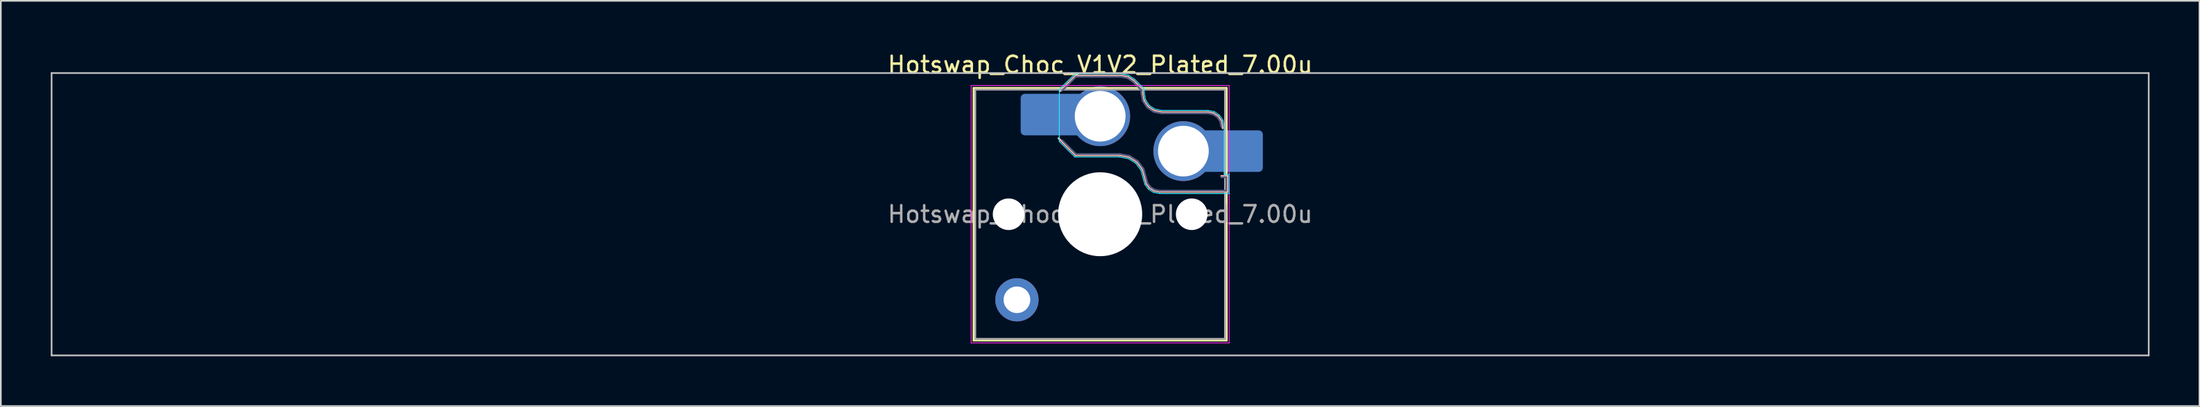
<source format=kicad_pcb>
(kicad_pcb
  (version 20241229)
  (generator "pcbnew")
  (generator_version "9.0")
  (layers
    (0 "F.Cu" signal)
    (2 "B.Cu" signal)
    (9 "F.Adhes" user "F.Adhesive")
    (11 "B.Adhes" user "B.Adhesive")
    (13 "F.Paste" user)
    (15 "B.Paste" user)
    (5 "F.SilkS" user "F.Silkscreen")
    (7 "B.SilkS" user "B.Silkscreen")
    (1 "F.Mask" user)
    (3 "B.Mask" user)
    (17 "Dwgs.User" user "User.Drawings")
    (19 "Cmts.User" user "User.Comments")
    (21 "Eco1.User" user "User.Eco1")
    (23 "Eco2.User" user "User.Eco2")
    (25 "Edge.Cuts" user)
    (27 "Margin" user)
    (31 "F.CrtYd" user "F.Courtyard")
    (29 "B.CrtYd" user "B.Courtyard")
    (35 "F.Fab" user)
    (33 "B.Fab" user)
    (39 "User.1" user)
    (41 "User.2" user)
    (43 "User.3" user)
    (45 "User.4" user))
  (footprint "Hotswap_Choc_V1V2_Plated_7.00u"
    (layer "F.Cu")
    (at 63.05 9.848)
    (property "Reference" "Hotswap_Choc_V1V2_Plated_7.00u" (at 0 -9 0) (layer "F.SilkS") (effects (font (size 1 1) (thickness 0.15))))
    (attr smd allow_soldermask_bridges)
    (fp_line (start -7.6 -7.6) (end -7.6 7.6) (stroke (width 0.12) (type solid)) (layer "F.SilkS"))
    (fp_line (start -7.6 7.6) (end 7.6 7.6) (stroke (width 0.12) (type solid)) (layer "F.SilkS"))
    (fp_line (start 7.6 -7.6) (end -7.6 -7.6) (stroke (width 0.12) (type solid)) (layer "F.SilkS"))
    (fp_line (start 7.6 7.6) (end 7.6 -7.6) (stroke (width 0.12) (type solid)) (layer "F.SilkS"))
    (fp_line (start -2.416 -7.409) (end -1.479 -8.346) (stroke (width 0.12) (type solid)) (layer "B.SilkS"))
    (fp_line (start -1.479 -8.346) (end 1.268 -8.346) (stroke (width 0.12) (type solid)) (layer "B.SilkS"))
    (fp_line (start -1.479 -3.554) (end -2.5 -4.575) (stroke (width 0.12) (type solid)) (layer "B.SilkS"))
    (fp_line (start 1.168 -3.554) (end -1.479 -3.554) (stroke (width 0.12) (type solid)) (layer "B.SilkS"))
    (fp_line (start 1.268 -8.346) (end 1.671 -8.266) (stroke (width 0.12) (type solid)) (layer "B.SilkS"))
    (fp_line (start 1.671 -8.266) (end 2.013 -8.037) (stroke (width 0.12) (type solid)) (layer "B.SilkS"))
    (fp_line (start 1.73 -3.449) (end 1.168 -3.554) (stroke (width 0.12) (type solid)) (layer "B.SilkS"))
    (fp_line (start 2.013 -8.037) (end 2.546 -7.504) (stroke (width 0.12) (type solid)) (layer "B.SilkS"))
    (fp_line (start 2.209 -3.15) (end 1.73 -3.449) (stroke (width 0.12) (type solid)) (layer "B.SilkS"))
    (fp_line (start 2.546 -7.504) (end 2.546 -7.282) (stroke (width 0.12) (type solid)) (layer "B.SilkS"))
    (fp_line (start 2.546 -7.282) (end 2.633 -6.844) (stroke (width 0.12) (type solid)) (layer "B.SilkS"))
    (fp_line (start 2.547 -2.697) (end 2.209 -3.15) (stroke (width 0.12) (type solid)) (layer "B.SilkS"))
    (fp_line (start 2.633 -6.844) (end 2.877 -6.477) (stroke (width 0.12) (type solid)) (layer "B.SilkS"))
    (fp_line (start 2.701 -2.139) (end 2.547 -2.697) (stroke (width 0.12) (type solid)) (layer "B.SilkS"))
    (fp_line (start 2.783 -1.841) (end 2.701 -2.139) (stroke (width 0.12) (type solid)) (layer "B.SilkS"))
    (fp_line (start 2.877 -6.477) (end 3.244 -6.233) (stroke (width 0.12) (type solid)) (layer "B.SilkS"))
    (fp_line (start 2.976 -1.583) (end 2.783 -1.841) (stroke (width 0.12) (type solid)) (layer "B.SilkS"))
    (fp_line (start 3.244 -6.233) (end 3.682 -6.146) (stroke (width 0.12) (type solid)) (layer "B.SilkS"))
    (fp_line (start 3.25 -1.413) (end 2.976 -1.583) (stroke (width 0.12) (type solid)) (layer "B.SilkS"))
    (fp_line (start 3.56 -1.354) (end 3.25 -1.413) (stroke (width 0.12) (type solid)) (layer "B.SilkS"))
    (fp_line (start 3.682 -6.146) (end 6.482 -6.146) (stroke (width 0.12) (type solid)) (layer "B.SilkS"))
    (fp_line (start 6.482 -6.146) (end 6.809 -6.081) (stroke (width 0.12) (type solid)) (layer "B.SilkS"))
    (fp_line (start 6.809 -6.081) (end 7.092 -5.892) (stroke (width 0.12) (type solid)) (layer "B.SilkS"))
    (fp_line (start 7.092 -5.892) (end 7.281 -5.609) (stroke (width 0.12) (type solid)) (layer "B.SilkS"))
    (fp_line (start 7.281 -5.609) (end 7.366 -5.182) (stroke (width 0.12) (type solid)) (layer "B.SilkS"))
    (fp_line (start 7.283 -2.296) (end 7.646 -2.296) (stroke (width 0.12) (type solid)) (layer "B.SilkS"))
    (fp_line (start 7.646 -2.296) (end 7.646 -1.354) (stroke (width 0.12) (type solid)) (layer "B.SilkS"))
    (fp_line (start 7.646 -1.354) (end 3.56 -1.354) (stroke (width 0.12) (type solid)) (layer "B.SilkS"))
    (fp_line (start -63 -8.5) (end -63 8.5) (stroke (width 0.1) (type solid)) (layer "Dwgs.User"))
    (fp_line (start -63 8.5) (end 63 8.5) (stroke (width 0.1) (type solid)) (layer "Dwgs.User"))
    (fp_line (start 63 -8.5) (end -63 -8.5) (stroke (width 0.1) (type solid)) (layer "Dwgs.User"))
    (fp_line (start 63 8.5) (end 63 -8.5) (stroke (width 0.1) (type solid)) (layer "Dwgs.User"))
    (fp_line (start -7.25 -7.25) (end -7.25 7.25) (stroke (width 0.1) (type solid)) (layer "Eco1.User"))
    (fp_line (start -7.25 7.25) (end 7.25 7.25) (stroke (width 0.1) (type solid)) (layer "Eco1.User"))
    (fp_line (start 7.25 -7.25) (end -7.25 -7.25) (stroke (width 0.1) (type solid)) (layer "Eco1.User"))
    (fp_line (start 7.25 7.25) (end 7.25 -7.25) (stroke (width 0.1) (type solid)) (layer "Eco1.User"))
    (fp_line (start -2.452 -7.523) (end -1.523 -8.452) (stroke (width 0.05) (type solid)) (layer "B.CrtYd"))
    (fp_line (start -2.452 -4.377) (end -2.452 -7.523) (stroke (width 0.05) (type solid)) (layer "B.CrtYd"))
    (fp_line (start -1.523 -8.452) (end 1.278 -8.452) (stroke (width 0.05) (type solid)) (layer "B.CrtYd"))
    (fp_line (start -1.523 -3.448) (end -2.452 -4.377) (stroke (width 0.05) (type solid)) (layer "B.CrtYd"))
    (fp_line (start 1.159 -3.448) (end -1.523 -3.448) (stroke (width 0.05) (type solid)) (layer "B.CrtYd"))
    (fp_line (start 1.278 -8.452) (end 1.712 -8.366) (stroke (width 0.05) (type solid)) (layer "B.CrtYd"))
    (fp_line (start 1.691 -3.348) (end 1.159 -3.448) (stroke (width 0.05) (type solid)) (layer "B.CrtYd"))
    (fp_line (start 1.712 -8.366) (end 2.081 -8.119) (stroke (width 0.05) (type solid)) (layer "B.CrtYd"))
    (fp_line (start 2.081 -8.119) (end 2.652 -7.548) (stroke (width 0.05) (type solid)) (layer "B.CrtYd"))
    (fp_line (start 2.136 -3.071) (end 1.691 -3.348) (stroke (width 0.05) (type solid)) (layer "B.CrtYd"))
    (fp_line (start 2.45 -2.65) (end 2.136 -3.071) (stroke (width 0.05) (type solid)) (layer "B.CrtYd"))
    (fp_line (start 2.599 -2.111) (end 2.45 -2.65) (stroke (width 0.05) (type solid)) (layer "B.CrtYd"))
    (fp_line (start 2.652 -7.548) (end 2.652 -7.292) (stroke (width 0.05) (type solid)) (layer "B.CrtYd"))
    (fp_line (start 2.652 -7.292) (end 2.733 -6.885) (stroke (width 0.05) (type solid)) (layer "B.CrtYd"))
    (fp_line (start 2.687 -1.794) (end 2.599 -2.111) (stroke (width 0.05) (type solid)) (layer "B.CrtYd"))
    (fp_line (start 2.733 -6.885) (end 2.953 -6.553) (stroke (width 0.05) (type solid)) (layer "B.CrtYd"))
    (fp_line (start 2.903 -1.503) (end 2.687 -1.794) (stroke (width 0.05) (type solid)) (layer "B.CrtYd"))
    (fp_line (start 2.953 -6.553) (end 3.285 -6.333) (stroke (width 0.05) (type solid)) (layer "B.CrtYd"))
    (fp_line (start 3.211 -1.312) (end 2.903 -1.503) (stroke (width 0.05) (type solid)) (layer "B.CrtYd"))
    (fp_line (start 3.285 -6.333) (end 3.692 -6.252) (stroke (width 0.05) (type solid)) (layer "B.CrtYd"))
    (fp_line (start 3.55 -1.248) (end 3.211 -1.312) (stroke (width 0.05) (type solid)) (layer "B.CrtYd"))
    (fp_line (start 3.692 -6.252) (end 6.492 -6.252) (stroke (width 0.05) (type solid)) (layer "B.CrtYd"))
    (fp_line (start 6.492 -6.252) (end 6.85 -6.181) (stroke (width 0.05) (type solid)) (layer "B.CrtYd"))
    (fp_line (start 6.85 -6.181) (end 7.168 -5.968) (stroke (width 0.05) (type solid)) (layer "B.CrtYd"))
    (fp_line (start 7.168 -5.968) (end 7.381 -5.65) (stroke (width 0.05) (type solid)) (layer "B.CrtYd"))
    (fp_line (start 7.381 -5.65) (end 7.452 -5.292) (stroke (width 0.05) (type solid)) (layer "B.CrtYd"))
    (fp_line (start 7.452 -5.292) (end 7.452 -2.402) (stroke (width 0.05) (type solid)) (layer "B.CrtYd"))
    (fp_line (start 7.452 -2.402) (end 7.752 -2.402) (stroke (width 0.05) (type solid)) (layer "B.CrtYd"))
    (fp_line (start 7.752 -2.402) (end 7.752 -1.248) (stroke (width 0.05) (type solid)) (layer "B.CrtYd"))
    (fp_line (start 7.752 -1.248) (end 3.55 -1.248) (stroke (width 0.05) (type solid)) (layer "B.CrtYd"))
    (fp_line (start -7.75 -7.75) (end -7.75 7.75) (stroke (width 0.05) (type solid)) (layer "F.CrtYd"))
    (fp_line (start -7.75 7.75) (end 7.75 7.75) (stroke (width 0.05) (type solid)) (layer "F.CrtYd"))
    (fp_line (start 7.75 -7.75) (end -7.75 -7.75) (stroke (width 0.05) (type solid)) (layer "F.CrtYd"))
    (fp_line (start 7.75 7.75) (end 7.75 -7.75) (stroke (width 0.05) (type solid)) (layer "F.CrtYd"))
    (fp_line (start -2.275 -7.45) (end -1.45 -8.275) (stroke (width 0.1) (type solid)) (layer "B.Fab"))
    (fp_line (start -1.45 -8.275) (end 1.261 -8.275) (stroke (width 0.1) (type solid)) (layer "B.Fab"))
    (fp_line (start -1.45 -3.625) (end -2.275 -4.45) (stroke (width 0.1) (type solid)) (layer "B.Fab"))
    (fp_line (start 1.175 -3.625) (end -1.45 -3.625) (stroke (width 0.1) (type solid)) (layer "B.Fab"))
    (fp_line (start 1.261 -8.275) (end 1.643 -8.199) (stroke (width 0.1) (type solid)) (layer "B.Fab"))
    (fp_line (start 1.643 -8.199) (end 1.968 -7.982) (stroke (width 0.1) (type solid)) (layer "B.Fab"))
    (fp_line (start 1.756 -3.516) (end 1.175 -3.625) (stroke (width 0.1) (type solid)) (layer "B.Fab"))
    (fp_line (start 1.968 -7.982) (end 2.475 -7.475) (stroke (width 0.1) (type solid)) (layer "B.Fab"))
    (fp_line (start 2.258 -3.203) (end 1.756 -3.516) (stroke (width 0.1) (type solid)) (layer "B.Fab"))
    (fp_line (start 2.475 -7.475) (end 2.475 -7.275) (stroke (width 0.1) (type solid)) (layer "B.Fab"))
    (fp_line (start 2.475 -7.275) (end 2.566 -6.816) (stroke (width 0.1) (type solid)) (layer "B.Fab"))
    (fp_line (start 2.566 -6.816) (end 2.826 -6.426) (stroke (width 0.1) (type solid)) (layer "B.Fab"))
    (fp_line (start 2.612 -2.729) (end 2.258 -3.203) (stroke (width 0.1) (type solid)) (layer "B.Fab"))
    (fp_line (start 2.769 -2.158) (end 2.612 -2.729) (stroke (width 0.1) (type solid)) (layer "B.Fab"))
    (fp_line (start 2.826 -6.426) (end 3.216 -6.166) (stroke (width 0.1) (type solid)) (layer "B.Fab"))
    (fp_line (start 2.848 -1.873) (end 2.769 -2.158) (stroke (width 0.1) (type solid)) (layer "B.Fab"))
    (fp_line (start 3.025 -1.636) (end 2.848 -1.873) (stroke (width 0.1) (type solid)) (layer "B.Fab"))
    (fp_line (start 3.216 -6.166) (end 3.675 -6.075) (stroke (width 0.1) (type solid)) (layer "B.Fab"))
    (fp_line (start 3.276 -1.48) (end 3.025 -1.636) (stroke (width 0.1) (type solid)) (layer "B.Fab"))
    (fp_line (start 3.567 -1.425) (end 3.276 -1.48) (stroke (width 0.1) (type solid)) (layer "B.Fab"))
    (fp_line (start 3.675 -6.075) (end 6.475 -6.075) (stroke (width 0.1) (type solid)) (layer "B.Fab"))
    (fp_line (start 6.475 -6.075) (end 6.781 -6.014) (stroke (width 0.1) (type solid)) (layer "B.Fab"))
    (fp_line (start 6.781 -6.014) (end 7.041 -5.841) (stroke (width 0.1) (type solid)) (layer "B.Fab"))
    (fp_line (start 7.041 -5.841) (end 7.214 -5.581) (stroke (width 0.1) (type solid)) (layer "B.Fab"))
    (fp_line (start 7.214 -5.581) (end 7.275 -5.275) (stroke (width 0.1) (type solid)) (layer "B.Fab"))
    (fp_line (start 7.275 -2.225) (end 7.575 -2.225) (stroke (width 0.1) (type solid)) (layer "B.Fab"))
    (fp_line (start 7.575 -2.225) (end 7.575 -1.425) (stroke (width 0.1) (type solid)) (layer "B.Fab"))
    (fp_line (start 7.575 -1.425) (end 3.567 -1.425) (stroke (width 0.1) (type solid)) (layer "B.Fab"))
    (fp_line (start -7.5 -7.5) (end -7.5 7.5) (stroke (width 0.1) (type solid)) (layer "F.Fab"))
    (fp_line (start -7.5 7.5) (end 7.5 7.5) (stroke (width 0.1) (type solid)) (layer "F.Fab"))
    (fp_line (start 7.5 -7.5) (end -7.5 -7.5) (stroke (width 0.1) (type solid)) (layer "F.Fab"))
    (fp_line (start 7.5 7.5) (end 7.5 -7.5) (stroke (width 0.1) (type solid)) (layer "F.Fab"))
    (fp_text user "${REFERENCE}" (at 0 0 0) (layer "F.Fab") (effects (font (size 1 1) (thickness 0.15))))
    (pad "" np_thru_hole circle (at -5.5 0) (size 1.9 1.9) (drill 1.9) (layers "*.Cu" "*.Mask"))
    (pad "" thru_hole circle (at -5 5.15) (size 2.6 2.6) (drill 1.6) (layers "*.Cu" "*.Mask"))
    (pad "" smd roundrect (at -3.5 -6) (size 2.55 2.5) (layers "B.Mask" "B.Paste") (roundrect_rratio 0.1))
    (pad "" np_thru_hole circle (at 0 0) (size 5.05 5.05) (drill 5.05) (layers "*.Cu" "*.Mask"))
    (pad "" np_thru_hole circle (at 5.5 0) (size 1.9 1.9) (drill 1.9) (layers "*.Cu" "*.Mask"))
    (pad "" smd roundrect (at 8.5 -3.8) (size 2.55 2.5) (layers "B.Mask" "B.Paste") (roundrect_rratio 0.1))
    (pad "1" smd roundrect (at -2.85 -6) (size 3.85 2.5) (layers "B.Cu") (roundrect_rratio 0.1))
    (pad "1" thru_hole circle (at 0 -5.9) (size 3.6 3.6) (drill 3.05) (layers "*.Cu" "*.Mask"))
    (pad "2" thru_hole circle (at 5 -3.8) (size 3.6 3.6) (drill 3.05) (layers "*.Cu" "*.Mask"))
    (pad "2" smd roundrect (at 7.85 -3.8) (size 3.85 2.5) (layers "B.Cu") (roundrect_rratio 0.1)))
  (gr_rect
    (start -3 -3)
    (end 129.1 21.398)
    (stroke (width 0.1) (type default))
    (fill no)
    (layer "Edge.Cuts")))
</source>
